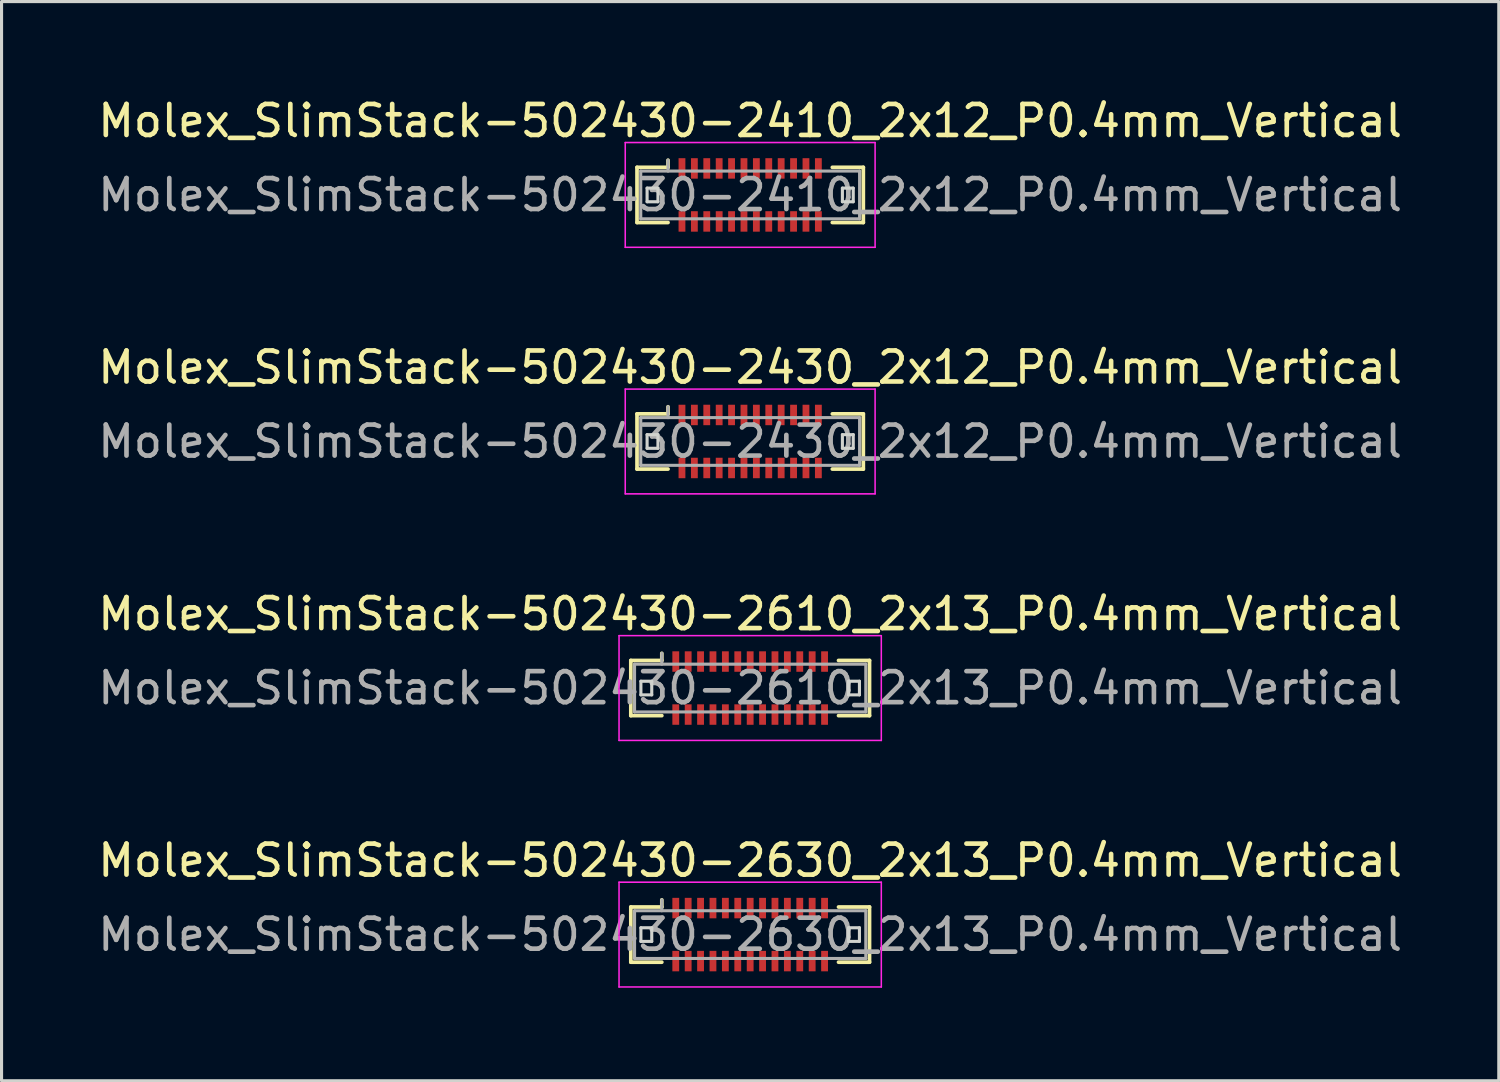
<source format=kicad_pcb>
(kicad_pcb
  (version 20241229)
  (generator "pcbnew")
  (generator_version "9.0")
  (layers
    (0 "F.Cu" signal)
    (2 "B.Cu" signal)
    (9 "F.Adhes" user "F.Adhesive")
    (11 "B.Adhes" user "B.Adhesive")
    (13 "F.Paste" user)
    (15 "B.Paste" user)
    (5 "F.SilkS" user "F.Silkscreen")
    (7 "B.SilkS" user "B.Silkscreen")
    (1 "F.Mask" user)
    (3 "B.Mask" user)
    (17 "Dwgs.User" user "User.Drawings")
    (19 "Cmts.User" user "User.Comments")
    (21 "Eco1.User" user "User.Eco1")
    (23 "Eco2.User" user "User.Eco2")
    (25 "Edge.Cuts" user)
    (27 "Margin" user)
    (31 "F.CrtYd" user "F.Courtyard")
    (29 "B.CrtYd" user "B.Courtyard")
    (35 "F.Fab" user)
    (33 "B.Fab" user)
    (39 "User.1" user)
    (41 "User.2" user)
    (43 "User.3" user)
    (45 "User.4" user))
  (footprint "Molex_SlimStack-502430-2630_2x13_P0.4mm_Vertical"
    (layer "F.Cu")
    (at 21.149 27.098)
    (property "Reference" "Molex_SlimStack-502430-2630_2x13_P0.4mm_Vertical" (at 0 -2.39 0) (layer "F.SilkS") (effects (font (size 1 1) (thickness 0.15))))
    (attr smd)
    (fp_line (start -3.85 -0.89) (end -2.85 -0.89) (stroke (width 0.12) (type solid)) (layer "F.SilkS"))
    (fp_line (start -3.85 0.89) (end -3.85 -0.89) (stroke (width 0.12) (type solid)) (layer "F.SilkS"))
    (fp_line (start -2.85 -0.89) (end -2.85 -1.12) (stroke (width 0.12) (type solid)) (layer "F.SilkS"))
    (fp_line (start -2.85 0.89) (end -3.85 0.89) (stroke (width 0.12) (type solid)) (layer "F.SilkS"))
    (fp_line (start 2.85 0.89) (end 3.85 0.89) (stroke (width 0.12) (type solid)) (layer "F.SilkS"))
    (fp_line (start 3.85 -0.89) (end 2.85 -0.89) (stroke (width 0.12) (type solid)) (layer "F.SilkS"))
    (fp_line (start 3.85 0.89) (end 3.85 -0.89) (stroke (width 0.12) (type solid)) (layer "F.SilkS"))
    (fp_line (start -3.525 -0.22) (end -3.525 0.22) (stroke (width 0.1) (type solid)) (layer "Edge.Cuts"))
    (fp_line (start -3.525 0.22) (end -3.175 0.22) (stroke (width 0.1) (type solid)) (layer "Edge.Cuts"))
    (fp_line (start -3.175 -0.22) (end -3.525 -0.22) (stroke (width 0.1) (type solid)) (layer "Edge.Cuts"))
    (fp_line (start -3.175 0.22) (end -3.175 -0.22) (stroke (width 0.1) (type solid)) (layer "Edge.Cuts"))
    (fp_line (start 3.175 -0.22) (end 3.175 0.22) (stroke (width 0.1) (type solid)) (layer "Edge.Cuts"))
    (fp_line (start 3.175 0.22) (end 3.525 0.22) (stroke (width 0.1) (type solid)) (layer "Edge.Cuts"))
    (fp_line (start 3.525 -0.22) (end 3.175 -0.22) (stroke (width 0.1) (type solid)) (layer "Edge.Cuts"))
    (fp_line (start 3.525 0.22) (end 3.525 -0.22) (stroke (width 0.1) (type solid)) (layer "Edge.Cuts"))
    (fp_line (start -4.23 -1.69) (end -4.23 1.69) (stroke (width 0.05) (type solid)) (layer "F.CrtYd"))
    (fp_line (start -4.23 1.69) (end 4.23 1.69) (stroke (width 0.05) (type solid)) (layer "F.CrtYd"))
    (fp_line (start 4.23 -1.69) (end -4.23 -1.69) (stroke (width 0.05) (type solid)) (layer "F.CrtYd"))
    (fp_line (start 4.23 1.69) (end 4.23 -1.69) (stroke (width 0.05) (type solid)) (layer "F.CrtYd"))
    (fp_line (start -3.73 -0.77) (end -3.73 0.77) (stroke (width 0.1) (type solid)) (layer "F.Fab"))
    (fp_line (start -3.73 0.77) (end 3.73 0.77) (stroke (width 0.1) (type solid)) (layer "F.Fab"))
    (fp_line (start -2.85 -0.77) (end -2.85 -1.12) (stroke (width 0.1) (type solid)) (layer "F.Fab"))
    (fp_line (start 3.73 -0.77) (end -3.73 -0.77) (stroke (width 0.1) (type solid)) (layer "F.Fab"))
    (fp_line (start 3.73 0.77) (end 3.73 -0.77) (stroke (width 0.1) (type solid)) (layer "F.Fab"))
    (fp_text user "${REFERENCE}" (at 0 0 0) (layer "F.Fab") (effects (font (size 1 1) (thickness 0.15))))
    (pad "1" smd rect (at -2.4 -0.855) (size 0.22 0.66) (layers "F.Cu" "F.Mask" "F.Paste"))
    (pad "2" smd rect (at -2.4 0.855) (size 0.22 0.66) (layers "F.Cu" "F.Mask" "F.Paste"))
    (pad "3" smd rect (at -2 -0.855) (size 0.22 0.66) (layers "F.Cu" "F.Mask" "F.Paste"))
    (pad "4" smd rect (at -2 0.855) (size 0.22 0.66) (layers "F.Cu" "F.Mask" "F.Paste"))
    (pad "5" smd rect (at -1.6 -0.855) (size 0.22 0.66) (layers "F.Cu" "F.Mask" "F.Paste"))
    (pad "6" smd rect (at -1.6 0.855) (size 0.22 0.66) (layers "F.Cu" "F.Mask" "F.Paste"))
    (pad "7" smd rect (at -1.2 -0.855) (size 0.22 0.66) (layers "F.Cu" "F.Mask" "F.Paste"))
    (pad "8" smd rect (at -1.2 0.855) (size 0.22 0.66) (layers "F.Cu" "F.Mask" "F.Paste"))
    (pad "9" smd rect (at -0.8 -0.855) (size 0.22 0.66) (layers "F.Cu" "F.Mask" "F.Paste"))
    (pad "10" smd rect (at -0.8 0.855) (size 0.22 0.66) (layers "F.Cu" "F.Mask" "F.Paste"))
    (pad "11" smd rect (at -0.4 -0.855) (size 0.22 0.66) (layers "F.Cu" "F.Mask" "F.Paste"))
    (pad "12" smd rect (at -0.4 0.855) (size 0.22 0.66) (layers "F.Cu" "F.Mask" "F.Paste"))
    (pad "13" smd rect (at 0 -0.855) (size 0.22 0.66) (layers "F.Cu" "F.Mask" "F.Paste"))
    (pad "14" smd rect (at 0 0.855) (size 0.22 0.66) (layers "F.Cu" "F.Mask" "F.Paste"))
    (pad "15" smd rect (at 0.4 -0.855) (size 0.22 0.66) (layers "F.Cu" "F.Mask" "F.Paste"))
    (pad "16" smd rect (at 0.4 0.855) (size 0.22 0.66) (layers "F.Cu" "F.Mask" "F.Paste"))
    (pad "17" smd rect (at 0.8 -0.855) (size 0.22 0.66) (layers "F.Cu" "F.Mask" "F.Paste"))
    (pad "18" smd rect (at 0.8 0.855) (size 0.22 0.66) (layers "F.Cu" "F.Mask" "F.Paste"))
    (pad "19" smd rect (at 1.2 -0.855) (size 0.22 0.66) (layers "F.Cu" "F.Mask" "F.Paste"))
    (pad "20" smd rect (at 1.2 0.855) (size 0.22 0.66) (layers "F.Cu" "F.Mask" "F.Paste"))
    (pad "21" smd rect (at 1.6 -0.855) (size 0.22 0.66) (layers "F.Cu" "F.Mask" "F.Paste"))
    (pad "22" smd rect (at 1.6 0.855) (size 0.22 0.66) (layers "F.Cu" "F.Mask" "F.Paste"))
    (pad "23" smd rect (at 2 -0.855) (size 0.22 0.66) (layers "F.Cu" "F.Mask" "F.Paste"))
    (pad "24" smd rect (at 2 0.855) (size 0.22 0.66) (layers "F.Cu" "F.Mask" "F.Paste"))
    (pad "25" smd rect (at 2.4 -0.855) (size 0.22 0.66) (layers "F.Cu" "F.Mask" "F.Paste"))
    (pad "26" smd rect (at 2.4 0.855) (size 0.22 0.66) (layers "F.Cu" "F.Mask" "F.Paste")))
  (footprint "Molex_SlimStack-502430-2610_2x13_P0.4mm_Vertical"
    (layer "F.Cu")
    (at 21.149 19.145)
    (property "Reference" "Molex_SlimStack-502430-2610_2x13_P0.4mm_Vertical" (at 0 -2.39 0) (layer "F.SilkS") (effects (font (size 1 1) (thickness 0.15))))
    (attr smd)
    (fp_line (start -3.85 -0.89) (end -2.85 -0.89) (stroke (width 0.12) (type solid)) (layer "F.SilkS"))
    (fp_line (start -3.85 0.89) (end -3.85 -0.89) (stroke (width 0.12) (type solid)) (layer "F.SilkS"))
    (fp_line (start -2.85 -0.89) (end -2.85 -1.12) (stroke (width 0.12) (type solid)) (layer "F.SilkS"))
    (fp_line (start -2.85 0.89) (end -3.85 0.89) (stroke (width 0.12) (type solid)) (layer "F.SilkS"))
    (fp_line (start 2.85 0.89) (end 3.85 0.89) (stroke (width 0.12) (type solid)) (layer "F.SilkS"))
    (fp_line (start 3.85 -0.89) (end 2.85 -0.89) (stroke (width 0.12) (type solid)) (layer "F.SilkS"))
    (fp_line (start 3.85 0.89) (end 3.85 -0.89) (stroke (width 0.12) (type solid)) (layer "F.SilkS"))
    (fp_line (start -3.525 -0.22) (end -3.525 0.22) (stroke (width 0.1) (type solid)) (layer "Edge.Cuts"))
    (fp_line (start -3.525 0.22) (end -3.175 0.22) (stroke (width 0.1) (type solid)) (layer "Edge.Cuts"))
    (fp_line (start -3.175 -0.22) (end -3.525 -0.22) (stroke (width 0.1) (type solid)) (layer "Edge.Cuts"))
    (fp_line (start -3.175 0.22) (end -3.175 -0.22) (stroke (width 0.1) (type solid)) (layer "Edge.Cuts"))
    (fp_line (start 3.175 -0.22) (end 3.175 0.22) (stroke (width 0.1) (type solid)) (layer "Edge.Cuts"))
    (fp_line (start 3.175 0.22) (end 3.525 0.22) (stroke (width 0.1) (type solid)) (layer "Edge.Cuts"))
    (fp_line (start 3.525 -0.22) (end 3.175 -0.22) (stroke (width 0.1) (type solid)) (layer "Edge.Cuts"))
    (fp_line (start 3.525 0.22) (end 3.525 -0.22) (stroke (width 0.1) (type solid)) (layer "Edge.Cuts"))
    (fp_line (start -4.23 -1.69) (end -4.23 1.69) (stroke (width 0.05) (type solid)) (layer "F.CrtYd"))
    (fp_line (start -4.23 1.69) (end 4.23 1.69) (stroke (width 0.05) (type solid)) (layer "F.CrtYd"))
    (fp_line (start 4.23 -1.69) (end -4.23 -1.69) (stroke (width 0.05) (type solid)) (layer "F.CrtYd"))
    (fp_line (start 4.23 1.69) (end 4.23 -1.69) (stroke (width 0.05) (type solid)) (layer "F.CrtYd"))
    (fp_line (start -3.73 -0.77) (end -3.73 0.77) (stroke (width 0.1) (type solid)) (layer "F.Fab"))
    (fp_line (start -3.73 0.77) (end 3.73 0.77) (stroke (width 0.1) (type solid)) (layer "F.Fab"))
    (fp_line (start -2.85 -0.77) (end -2.85 -1.12) (stroke (width 0.1) (type solid)) (layer "F.Fab"))
    (fp_line (start 3.73 -0.77) (end -3.73 -0.77) (stroke (width 0.1) (type solid)) (layer "F.Fab"))
    (fp_line (start 3.73 0.77) (end 3.73 -0.77) (stroke (width 0.1) (type solid)) (layer "F.Fab"))
    (fp_text user "${REFERENCE}" (at 0 0 0) (layer "F.Fab") (effects (font (size 1 1) (thickness 0.15))))
    (pad "1" smd rect (at -2.4 -0.855) (size 0.22 0.66) (layers "F.Cu" "F.Mask" "F.Paste"))
    (pad "2" smd rect (at -2.4 0.855) (size 0.22 0.66) (layers "F.Cu" "F.Mask" "F.Paste"))
    (pad "3" smd rect (at -2 -0.855) (size 0.22 0.66) (layers "F.Cu" "F.Mask" "F.Paste"))
    (pad "4" smd rect (at -2 0.855) (size 0.22 0.66) (layers "F.Cu" "F.Mask" "F.Paste"))
    (pad "5" smd rect (at -1.6 -0.855) (size 0.22 0.66) (layers "F.Cu" "F.Mask" "F.Paste"))
    (pad "6" smd rect (at -1.6 0.855) (size 0.22 0.66) (layers "F.Cu" "F.Mask" "F.Paste"))
    (pad "7" smd rect (at -1.2 -0.855) (size 0.22 0.66) (layers "F.Cu" "F.Mask" "F.Paste"))
    (pad "8" smd rect (at -1.2 0.855) (size 0.22 0.66) (layers "F.Cu" "F.Mask" "F.Paste"))
    (pad "9" smd rect (at -0.8 -0.855) (size 0.22 0.66) (layers "F.Cu" "F.Mask" "F.Paste"))
    (pad "10" smd rect (at -0.8 0.855) (size 0.22 0.66) (layers "F.Cu" "F.Mask" "F.Paste"))
    (pad "11" smd rect (at -0.4 -0.855) (size 0.22 0.66) (layers "F.Cu" "F.Mask" "F.Paste"))
    (pad "12" smd rect (at -0.4 0.855) (size 0.22 0.66) (layers "F.Cu" "F.Mask" "F.Paste"))
    (pad "13" smd rect (at 0 -0.855) (size 0.22 0.66) (layers "F.Cu" "F.Mask" "F.Paste"))
    (pad "14" smd rect (at 0 0.855) (size 0.22 0.66) (layers "F.Cu" "F.Mask" "F.Paste"))
    (pad "15" smd rect (at 0.4 -0.855) (size 0.22 0.66) (layers "F.Cu" "F.Mask" "F.Paste"))
    (pad "16" smd rect (at 0.4 0.855) (size 0.22 0.66) (layers "F.Cu" "F.Mask" "F.Paste"))
    (pad "17" smd rect (at 0.8 -0.855) (size 0.22 0.66) (layers "F.Cu" "F.Mask" "F.Paste"))
    (pad "18" smd rect (at 0.8 0.855) (size 0.22 0.66) (layers "F.Cu" "F.Mask" "F.Paste"))
    (pad "19" smd rect (at 1.2 -0.855) (size 0.22 0.66) (layers "F.Cu" "F.Mask" "F.Paste"))
    (pad "20" smd rect (at 1.2 0.855) (size 0.22 0.66) (layers "F.Cu" "F.Mask" "F.Paste"))
    (pad "21" smd rect (at 1.6 -0.855) (size 0.22 0.66) (layers "F.Cu" "F.Mask" "F.Paste"))
    (pad "22" smd rect (at 1.6 0.855) (size 0.22 0.66) (layers "F.Cu" "F.Mask" "F.Paste"))
    (pad "23" smd rect (at 2 -0.855) (size 0.22 0.66) (layers "F.Cu" "F.Mask" "F.Paste"))
    (pad "24" smd rect (at 2 0.855) (size 0.22 0.66) (layers "F.Cu" "F.Mask" "F.Paste"))
    (pad "25" smd rect (at 2.4 -0.855) (size 0.22 0.66) (layers "F.Cu" "F.Mask" "F.Paste"))
    (pad "26" smd rect (at 2.4 0.855) (size 0.22 0.66) (layers "F.Cu" "F.Mask" "F.Paste")))
  (footprint "Molex_SlimStack-502430-2410_2x12_P0.4mm_Vertical"
    (layer "F.Cu")
    (at 21.149 3.238)
    (property "Reference" "Molex_SlimStack-502430-2410_2x12_P0.4mm_Vertical" (at 0 -2.39 0) (layer "F.SilkS") (effects (font (size 1 1) (thickness 0.15))))
    (attr smd)
    (fp_line (start -3.65 -0.89) (end -2.65 -0.89) (stroke (width 0.12) (type solid)) (layer "F.SilkS"))
    (fp_line (start -3.65 0.89) (end -3.65 -0.89) (stroke (width 0.12) (type solid)) (layer "F.SilkS"))
    (fp_line (start -2.65 -0.89) (end -2.65 -1.12) (stroke (width 0.12) (type solid)) (layer "F.SilkS"))
    (fp_line (start -2.65 0.89) (end -3.65 0.89) (stroke (width 0.12) (type solid)) (layer "F.SilkS"))
    (fp_line (start 2.65 0.89) (end 3.65 0.89) (stroke (width 0.12) (type solid)) (layer "F.SilkS"))
    (fp_line (start 3.65 -0.89) (end 2.65 -0.89) (stroke (width 0.12) (type solid)) (layer "F.SilkS"))
    (fp_line (start 3.65 0.89) (end 3.65 -0.89) (stroke (width 0.12) (type solid)) (layer "F.SilkS"))
    (fp_line (start -3.325 -0.22) (end -3.325 0.22) (stroke (width 0.1) (type solid)) (layer "Edge.Cuts"))
    (fp_line (start -3.325 0.22) (end -2.975 0.22) (stroke (width 0.1) (type solid)) (layer "Edge.Cuts"))
    (fp_line (start -2.975 -0.22) (end -3.325 -0.22) (stroke (width 0.1) (type solid)) (layer "Edge.Cuts"))
    (fp_line (start -2.975 0.22) (end -2.975 -0.22) (stroke (width 0.1) (type solid)) (layer "Edge.Cuts"))
    (fp_line (start 2.975 -0.22) (end 2.975 0.22) (stroke (width 0.1) (type solid)) (layer "Edge.Cuts"))
    (fp_line (start 2.975 0.22) (end 3.325 0.22) (stroke (width 0.1) (type solid)) (layer "Edge.Cuts"))
    (fp_line (start 3.325 -0.22) (end 2.975 -0.22) (stroke (width 0.1) (type solid)) (layer "Edge.Cuts"))
    (fp_line (start 3.325 0.22) (end 3.325 -0.22) (stroke (width 0.1) (type solid)) (layer "Edge.Cuts"))
    (fp_line (start -4.03 -1.69) (end -4.03 1.69) (stroke (width 0.05) (type solid)) (layer "F.CrtYd"))
    (fp_line (start -4.03 1.69) (end 4.03 1.69) (stroke (width 0.05) (type solid)) (layer "F.CrtYd"))
    (fp_line (start 4.03 -1.69) (end -4.03 -1.69) (stroke (width 0.05) (type solid)) (layer "F.CrtYd"))
    (fp_line (start 4.03 1.69) (end 4.03 -1.69) (stroke (width 0.05) (type solid)) (layer "F.CrtYd"))
    (fp_line (start -3.53 -0.77) (end -3.53 0.77) (stroke (width 0.1) (type solid)) (layer "F.Fab"))
    (fp_line (start -3.53 0.77) (end 3.53 0.77) (stroke (width 0.1) (type solid)) (layer "F.Fab"))
    (fp_line (start -2.65 -0.77) (end -2.65 -1.12) (stroke (width 0.1) (type solid)) (layer "F.Fab"))
    (fp_line (start 3.53 -0.77) (end -3.53 -0.77) (stroke (width 0.1) (type solid)) (layer "F.Fab"))
    (fp_line (start 3.53 0.77) (end 3.53 -0.77) (stroke (width 0.1) (type solid)) (layer "F.Fab"))
    (fp_text user "${REFERENCE}" (at 0 0 0) (layer "F.Fab") (effects (font (size 1 1) (thickness 0.15))))
    (pad "1" smd rect (at -2.2 -0.855) (size 0.22 0.66) (layers "F.Cu" "F.Mask" "F.Paste"))
    (pad "2" smd rect (at -2.2 0.855) (size 0.22 0.66) (layers "F.Cu" "F.Mask" "F.Paste"))
    (pad "3" smd rect (at -1.8 -0.855) (size 0.22 0.66) (layers "F.Cu" "F.Mask" "F.Paste"))
    (pad "4" smd rect (at -1.8 0.855) (size 0.22 0.66) (layers "F.Cu" "F.Mask" "F.Paste"))
    (pad "5" smd rect (at -1.4 -0.855) (size 0.22 0.66) (layers "F.Cu" "F.Mask" "F.Paste"))
    (pad "6" smd rect (at -1.4 0.855) (size 0.22 0.66) (layers "F.Cu" "F.Mask" "F.Paste"))
    (pad "7" smd rect (at -1 -0.855) (size 0.22 0.66) (layers "F.Cu" "F.Mask" "F.Paste"))
    (pad "8" smd rect (at -1 0.855) (size 0.22 0.66) (layers "F.Cu" "F.Mask" "F.Paste"))
    (pad "9" smd rect (at -0.6 -0.855) (size 0.22 0.66) (layers "F.Cu" "F.Mask" "F.Paste"))
    (pad "10" smd rect (at -0.6 0.855) (size 0.22 0.66) (layers "F.Cu" "F.Mask" "F.Paste"))
    (pad "11" smd rect (at -0.2 -0.855) (size 0.22 0.66) (layers "F.Cu" "F.Mask" "F.Paste"))
    (pad "12" smd rect (at -0.2 0.855) (size 0.22 0.66) (layers "F.Cu" "F.Mask" "F.Paste"))
    (pad "13" smd rect (at 0.2 -0.855) (size 0.22 0.66) (layers "F.Cu" "F.Mask" "F.Paste"))
    (pad "14" smd rect (at 0.2 0.855) (size 0.22 0.66) (layers "F.Cu" "F.Mask" "F.Paste"))
    (pad "15" smd rect (at 0.6 -0.855) (size 0.22 0.66) (layers "F.Cu" "F.Mask" "F.Paste"))
    (pad "16" smd rect (at 0.6 0.855) (size 0.22 0.66) (layers "F.Cu" "F.Mask" "F.Paste"))
    (pad "17" smd rect (at 1 -0.855) (size 0.22 0.66) (layers "F.Cu" "F.Mask" "F.Paste"))
    (pad "18" smd rect (at 1 0.855) (size 0.22 0.66) (layers "F.Cu" "F.Mask" "F.Paste"))
    (pad "19" smd rect (at 1.4 -0.855) (size 0.22 0.66) (layers "F.Cu" "F.Mask" "F.Paste"))
    (pad "20" smd rect (at 1.4 0.855) (size 0.22 0.66) (layers "F.Cu" "F.Mask" "F.Paste"))
    (pad "21" smd rect (at 1.8 -0.855) (size 0.22 0.66) (layers "F.Cu" "F.Mask" "F.Paste"))
    (pad "22" smd rect (at 1.8 0.855) (size 0.22 0.66) (layers "F.Cu" "F.Mask" "F.Paste"))
    (pad "23" smd rect (at 2.2 -0.855) (size 0.22 0.66) (layers "F.Cu" "F.Mask" "F.Paste"))
    (pad "24" smd rect (at 2.2 0.855) (size 0.22 0.66) (layers "F.Cu" "F.Mask" "F.Paste")))
  (footprint "Molex_SlimStack-502430-2430_2x12_P0.4mm_Vertical"
    (layer "F.Cu")
    (at 21.149 11.191)
    (property "Reference" "Molex_SlimStack-502430-2430_2x12_P0.4mm_Vertical" (at 0 -2.39 0) (layer "F.SilkS") (effects (font (size 1 1) (thickness 0.15))))
    (attr smd)
    (fp_line (start -3.65 -0.89) (end -2.65 -0.89) (stroke (width 0.12) (type solid)) (layer "F.SilkS"))
    (fp_line (start -3.65 0.89) (end -3.65 -0.89) (stroke (width 0.12) (type solid)) (layer "F.SilkS"))
    (fp_line (start -2.65 -0.89) (end -2.65 -1.12) (stroke (width 0.12) (type solid)) (layer "F.SilkS"))
    (fp_line (start -2.65 0.89) (end -3.65 0.89) (stroke (width 0.12) (type solid)) (layer "F.SilkS"))
    (fp_line (start 2.65 0.89) (end 3.65 0.89) (stroke (width 0.12) (type solid)) (layer "F.SilkS"))
    (fp_line (start 3.65 -0.89) (end 2.65 -0.89) (stroke (width 0.12) (type solid)) (layer "F.SilkS"))
    (fp_line (start 3.65 0.89) (end 3.65 -0.89) (stroke (width 0.12) (type solid)) (layer "F.SilkS"))
    (fp_line (start -3.325 -0.22) (end -3.325 0.22) (stroke (width 0.1) (type solid)) (layer "Edge.Cuts"))
    (fp_line (start -3.325 0.22) (end -2.975 0.22) (stroke (width 0.1) (type solid)) (layer "Edge.Cuts"))
    (fp_line (start -2.975 -0.22) (end -3.325 -0.22) (stroke (width 0.1) (type solid)) (layer "Edge.Cuts"))
    (fp_line (start -2.975 0.22) (end -2.975 -0.22) (stroke (width 0.1) (type solid)) (layer "Edge.Cuts"))
    (fp_line (start 2.975 -0.22) (end 2.975 0.22) (stroke (width 0.1) (type solid)) (layer "Edge.Cuts"))
    (fp_line (start 2.975 0.22) (end 3.325 0.22) (stroke (width 0.1) (type solid)) (layer "Edge.Cuts"))
    (fp_line (start 3.325 -0.22) (end 2.975 -0.22) (stroke (width 0.1) (type solid)) (layer "Edge.Cuts"))
    (fp_line (start 3.325 0.22) (end 3.325 -0.22) (stroke (width 0.1) (type solid)) (layer "Edge.Cuts"))
    (fp_line (start -4.03 -1.69) (end -4.03 1.69) (stroke (width 0.05) (type solid)) (layer "F.CrtYd"))
    (fp_line (start -4.03 1.69) (end 4.03 1.69) (stroke (width 0.05) (type solid)) (layer "F.CrtYd"))
    (fp_line (start 4.03 -1.69) (end -4.03 -1.69) (stroke (width 0.05) (type solid)) (layer "F.CrtYd"))
    (fp_line (start 4.03 1.69) (end 4.03 -1.69) (stroke (width 0.05) (type solid)) (layer "F.CrtYd"))
    (fp_line (start -3.53 -0.77) (end -3.53 0.77) (stroke (width 0.1) (type solid)) (layer "F.Fab"))
    (fp_line (start -3.53 0.77) (end 3.53 0.77) (stroke (width 0.1) (type solid)) (layer "F.Fab"))
    (fp_line (start -2.65 -0.77) (end -2.65 -1.12) (stroke (width 0.1) (type solid)) (layer "F.Fab"))
    (fp_line (start 3.53 -0.77) (end -3.53 -0.77) (stroke (width 0.1) (type solid)) (layer "F.Fab"))
    (fp_line (start 3.53 0.77) (end 3.53 -0.77) (stroke (width 0.1) (type solid)) (layer "F.Fab"))
    (fp_text user "${REFERENCE}" (at 0 0 0) (layer "F.Fab") (effects (font (size 1 1) (thickness 0.15))))
    (pad "1" smd rect (at -2.2 -0.855) (size 0.22 0.66) (layers "F.Cu" "F.Mask" "F.Paste"))
    (pad "2" smd rect (at -2.2 0.855) (size 0.22 0.66) (layers "F.Cu" "F.Mask" "F.Paste"))
    (pad "3" smd rect (at -1.8 -0.855) (size 0.22 0.66) (layers "F.Cu" "F.Mask" "F.Paste"))
    (pad "4" smd rect (at -1.8 0.855) (size 0.22 0.66) (layers "F.Cu" "F.Mask" "F.Paste"))
    (pad "5" smd rect (at -1.4 -0.855) (size 0.22 0.66) (layers "F.Cu" "F.Mask" "F.Paste"))
    (pad "6" smd rect (at -1.4 0.855) (size 0.22 0.66) (layers "F.Cu" "F.Mask" "F.Paste"))
    (pad "7" smd rect (at -1 -0.855) (size 0.22 0.66) (layers "F.Cu" "F.Mask" "F.Paste"))
    (pad "8" smd rect (at -1 0.855) (size 0.22 0.66) (layers "F.Cu" "F.Mask" "F.Paste"))
    (pad "9" smd rect (at -0.6 -0.855) (size 0.22 0.66) (layers "F.Cu" "F.Mask" "F.Paste"))
    (pad "10" smd rect (at -0.6 0.855) (size 0.22 0.66) (layers "F.Cu" "F.Mask" "F.Paste"))
    (pad "11" smd rect (at -0.2 -0.855) (size 0.22 0.66) (layers "F.Cu" "F.Mask" "F.Paste"))
    (pad "12" smd rect (at -0.2 0.855) (size 0.22 0.66) (layers "F.Cu" "F.Mask" "F.Paste"))
    (pad "13" smd rect (at 0.2 -0.855) (size 0.22 0.66) (layers "F.Cu" "F.Mask" "F.Paste"))
    (pad "14" smd rect (at 0.2 0.855) (size 0.22 0.66) (layers "F.Cu" "F.Mask" "F.Paste"))
    (pad "15" smd rect (at 0.6 -0.855) (size 0.22 0.66) (layers "F.Cu" "F.Mask" "F.Paste"))
    (pad "16" smd rect (at 0.6 0.855) (size 0.22 0.66) (layers "F.Cu" "F.Mask" "F.Paste"))
    (pad "17" smd rect (at 1 -0.855) (size 0.22 0.66) (layers "F.Cu" "F.Mask" "F.Paste"))
    (pad "18" smd rect (at 1 0.855) (size 0.22 0.66) (layers "F.Cu" "F.Mask" "F.Paste"))
    (pad "19" smd rect (at 1.4 -0.855) (size 0.22 0.66) (layers "F.Cu" "F.Mask" "F.Paste"))
    (pad "20" smd rect (at 1.4 0.855) (size 0.22 0.66) (layers "F.Cu" "F.Mask" "F.Paste"))
    (pad "21" smd rect (at 1.8 -0.855) (size 0.22 0.66) (layers "F.Cu" "F.Mask" "F.Paste"))
    (pad "22" smd rect (at 1.8 0.855) (size 0.22 0.66) (layers "F.Cu" "F.Mask" "F.Paste"))
    (pad "23" smd rect (at 2.2 -0.855) (size 0.22 0.66) (layers "F.Cu" "F.Mask" "F.Paste"))
    (pad "24" smd rect (at 2.2 0.855) (size 0.22 0.66) (layers "F.Cu" "F.Mask" "F.Paste")))
  (gr_rect
    (start -3 -3)
    (end 45.298 31.813)
    (stroke (width 0.1) (type default))
    (fill no)
    (layer "Edge.Cuts")))
</source>
